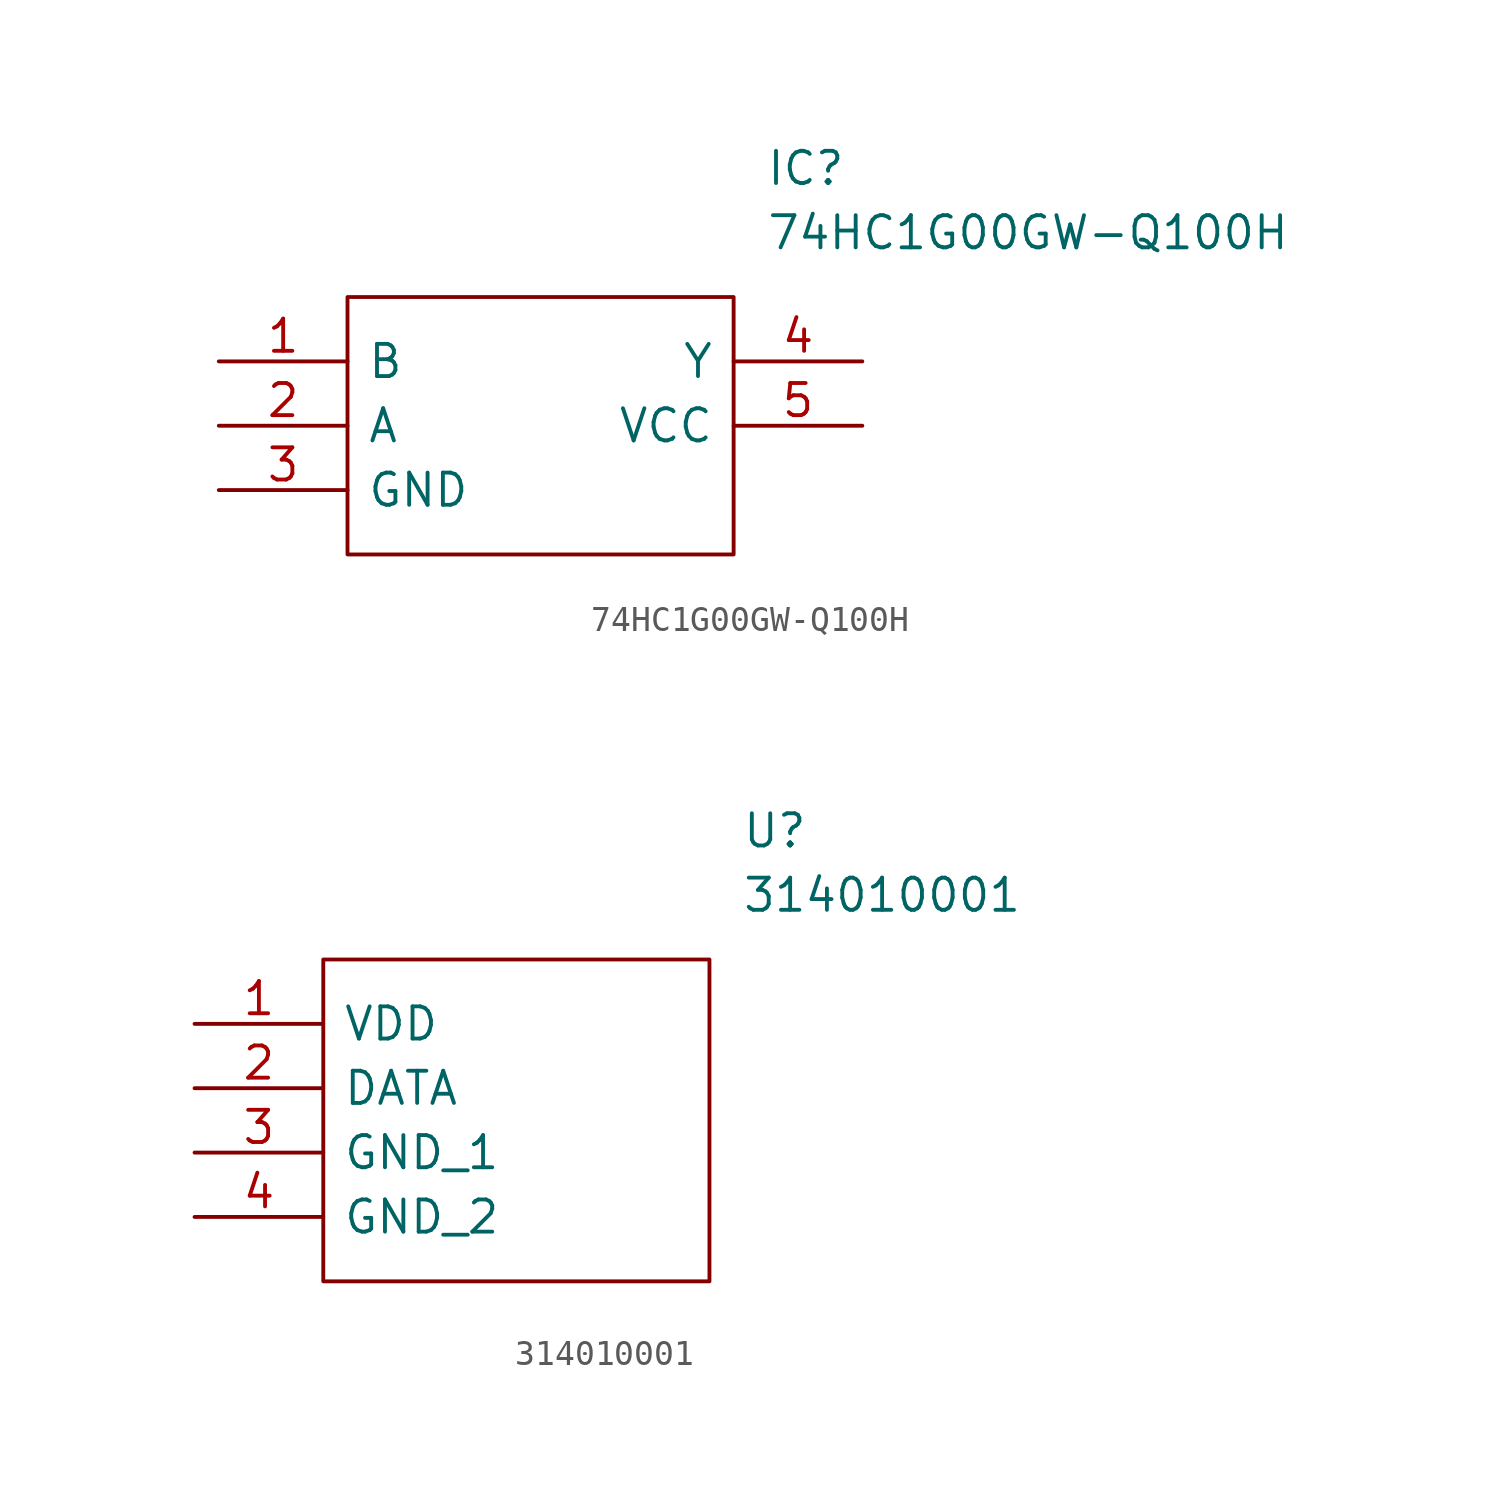
<source format=kicad_sym>
(kicad_symbol_lib
  (version 20211014)
  (generator kicad_symbol_editor)
  (symbol "74HC1G00GW-Q100H"
    (pin_names
      (offset 0.762))
    (property "Reference" "IC"
      (at 21.59 7.62 0)
      (effects (font (size 1.27 1.27)) (justify left)))
    (property "Value" "74HC1G00GW-Q100H"
      (at 21.59 5.08 0)
      (effects (font (size 1.27 1.27)) (justify left)))
    (symbol "74HC1G00GW-Q100H_0_0"
      (pin passive line (at 0 0 0) (length 5.08) (name "B" (effects (font (size 1.27 1.27)))) (number "1" (effects (font (size 1.27 1.27)))))
      (pin passive line (at 0 -2.54 0) (length 5.08) (name "A" (effects (font (size 1.27 1.27)))) (number "2" (effects (font (size 1.27 1.27)))))
      (pin passive line (at 0 -5.08 0) (length 5.08) (name "GND" (effects (font (size 1.27 1.27)))) (number "3" (effects (font (size 1.27 1.27)))))
      (pin passive line (at 25.4 0 180) (length 5.08) (name "Y" (effects (font (size 1.27 1.27)))) (number "4" (effects (font (size 1.27 1.27)))))
      (pin passive line (at 25.4 -2.54 180) (length 5.08) (name "VCC" (effects (font (size 1.27 1.27)))) (number "5" (effects (font (size 1.27 1.27))))))
    (symbol "74HC1G00GW-Q100H_0_1"
      (polyline (pts (xy 5.08 2.54) (xy 20.32 2.54) (xy 20.32 -7.62) (xy 5.08 -7.62) (xy 5.08 2.54)) (stroke (width 0.152) (type default) (color 0 0 0 0)) (fill (type none)))))
  (symbol "314010001"
    (pin_names
      (offset 0.762))
    (property "Reference" "U"
      (at 21.59 7.62 0)
      (effects (font (size 1.27 1.27)) (justify left)))
    (property "Value" "314010001"
      (at 21.59 5.08 0)
      (effects (font (size 1.27 1.27)) (justify left)))
    (symbol "314010001_0_0"
      (pin passive line (at 0 0 0) (length 5.08) (name "VDD" (effects (font (size 1.27 1.27)))) (number "1" (effects (font (size 1.27 1.27)))))
      (pin passive line (at 0 -2.54 0) (length 5.08) (name "DATA" (effects (font (size 1.27 1.27)))) (number "2" (effects (font (size 1.27 1.27)))))
      (pin passive line (at 0 -5.08 0) (length 5.08) (name "GND_1" (effects (font (size 1.27 1.27)))) (number "3" (effects (font (size 1.27 1.27)))))
      (pin passive line (at 0 -7.62 0) (length 5.08) (name "GND_2" (effects (font (size 1.27 1.27)))) (number "4" (effects (font (size 1.27 1.27))))))
    (symbol "314010001_0_1"
      (polyline (pts (xy 5.08 2.54) (xy 20.32 2.54) (xy 20.32 -10.16) (xy 5.08 -10.16) (xy 5.08 2.54)) (stroke (width 0.152) (type default) (color 0 0 0 0)) (fill (type none))))))
</source>
